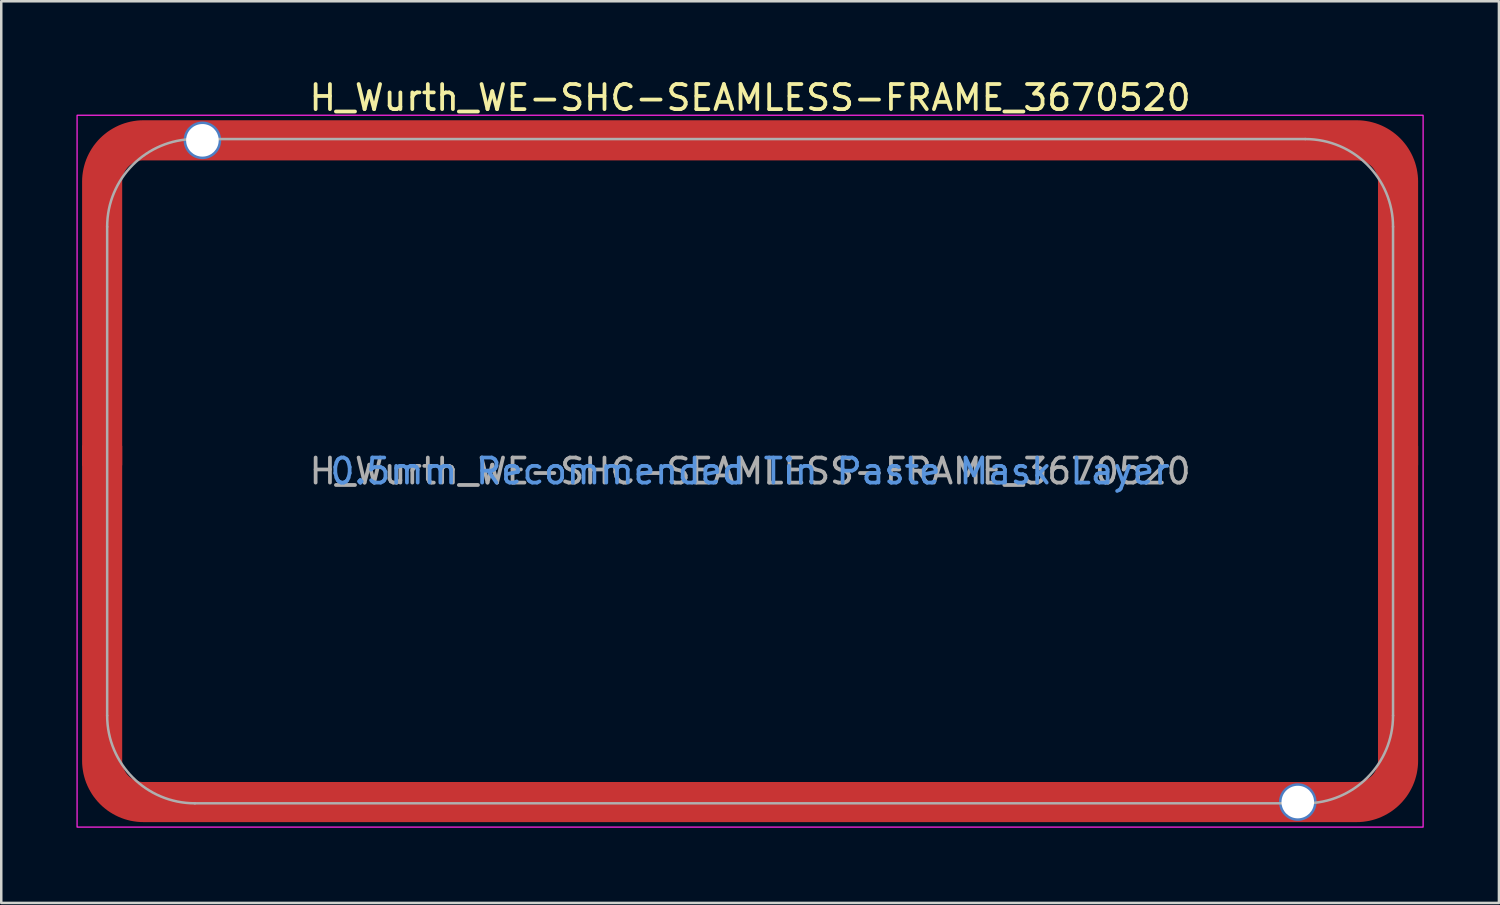
<source format=kicad_pcb>
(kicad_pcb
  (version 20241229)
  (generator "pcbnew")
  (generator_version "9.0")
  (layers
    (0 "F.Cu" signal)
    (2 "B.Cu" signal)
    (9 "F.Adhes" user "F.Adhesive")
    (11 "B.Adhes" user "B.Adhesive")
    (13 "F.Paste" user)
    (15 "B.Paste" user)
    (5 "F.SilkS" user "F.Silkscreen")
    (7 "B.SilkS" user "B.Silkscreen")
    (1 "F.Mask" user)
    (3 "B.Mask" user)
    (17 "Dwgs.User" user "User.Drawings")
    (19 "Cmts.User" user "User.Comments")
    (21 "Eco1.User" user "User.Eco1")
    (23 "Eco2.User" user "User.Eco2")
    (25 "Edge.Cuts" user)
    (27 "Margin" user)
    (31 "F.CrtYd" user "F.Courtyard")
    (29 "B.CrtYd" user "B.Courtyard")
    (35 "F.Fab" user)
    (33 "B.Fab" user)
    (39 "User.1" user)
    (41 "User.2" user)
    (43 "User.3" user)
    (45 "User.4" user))
  (footprint "H_Wurth_WE-SHC-SEAMLESS-FRAME_3670520"
    (layer "F.Cu")
    (at 26.875 15.748)
    (property "Reference" "H_Wurth_WE-SHC-SEAMLESS-FRAME_3670520" (at 0 -14.9 0) (unlocked yes) (layer "F.SilkS") (effects (font (size 1 1) (thickness 0.15))))
    (attr smd)
    (fp_poly (pts (xy -25.1 -0.25) (xy -26.6 -0.25) (xy -26.6 -11.55) (xy -26.597 -11.676) (xy -26.587 -11.801) (xy -26.57 -11.925) (xy -26.548 -12.049) (xy -26.518 -12.171) (xy -26.483 -12.292) (xy -26.441 -12.41) (xy -26.393 -12.526) (xy -26.338 -12.64) (xy -26.278 -12.75) (xy -26.213 -12.857) (xy -26.142 -12.961) (xy -26.065 -13.06) (xy -25.984 -13.156) (xy -25.897 -13.247) (xy -25.806 -13.334) (xy -25.71 -13.415) (xy -25.611 -13.492) (xy -25.507 -13.563) (xy -25.4 -13.628) (xy -25.29 -13.688) (xy -25.176 -13.743) (xy -25.06 -13.791) (xy -24.942 -13.833) (xy -24.821 -13.868) (xy -24.699 -13.898) (xy -24.575 -13.92) (xy -24.451 -13.937) (xy -24.326 -13.947) (xy -24.2 -13.95) (xy 24.2 -13.95) (xy 24.326 -13.947) (xy 24.451 -13.937) (xy 24.575 -13.92) (xy 24.699 -13.898) (xy 24.821 -13.868) (xy 24.942 -13.833) (xy 25.06 -13.791) (xy 25.176 -13.743) (xy 25.29 -13.688) (xy 25.4 -13.628) (xy 25.507 -13.563) (xy 25.611 -13.492) (xy 25.71 -13.415) (xy 25.806 -13.334) (xy 25.897 -13.247) (xy 25.984 -13.156) (xy 26.065 -13.06) (xy 26.142 -12.961) (xy 26.213 -12.857) (xy 26.278 -12.75) (xy 26.338 -12.64) (xy 26.393 -12.526) (xy 26.441 -12.41) (xy 26.483 -12.292) (xy 26.518 -12.171) (xy 26.548 -12.049) (xy 26.57 -11.925) (xy 26.587 -11.801) (xy 26.597 -11.676) (xy 26.6 -11.55) (xy 26.6 -0.25) (xy 25.1 -0.25) (xy 25.1 -11.55) (xy 25.099 -11.597) (xy 25.095 -11.644) (xy 25.089 -11.691) (xy 25.08 -11.737) (xy 25.069 -11.783) (xy 25.056 -11.828) (xy 25.04 -11.873) (xy 25.022 -11.916) (xy 25.002 -11.959) (xy 24.979 -12) (xy 24.955 -12.04) (xy 24.928 -12.079) (xy 24.899 -12.116) (xy 24.869 -12.152) (xy 24.836 -12.186) (xy 24.802 -12.219) (xy 24.766 -12.249) (xy 24.729 -12.278) (xy 24.69 -12.305) (xy 24.65 -12.329) (xy 24.609 -12.352) (xy 24.566 -12.372) (xy 24.523 -12.39) (xy 24.478 -12.406) (xy 24.433 -12.419) (xy 24.387 -12.43) (xy 24.341 -12.439) (xy 24.294 -12.445) (xy 24.247 -12.449) (xy 24.2 -12.45) (xy -24.2 -12.45) (xy -24.247 -12.449) (xy -24.294 -12.445) (xy -24.341 -12.439) (xy -24.387 -12.43) (xy -24.433 -12.419) (xy -24.478 -12.406) (xy -24.523 -12.39) (xy -24.566 -12.372) (xy -24.609 -12.352) (xy -24.65 -12.329) (xy -24.69 -12.305) (xy -24.729 -12.278) (xy -24.766 -12.249) (xy -24.802 -12.219) (xy -24.836 -12.186) (xy -24.869 -12.152) (xy -24.899 -12.116) (xy -24.928 -12.079) (xy -24.955 -12.04) (xy -24.979 -12) (xy -25.002 -11.959) (xy -25.022 -11.916) (xy -25.04 -11.873) (xy -25.056 -11.828) (xy -25.069 -11.783) (xy -25.08 -11.737) (xy -25.089 -11.691) (xy -25.095 -11.644) (xy -25.099 -11.597) (xy -25.1 -11.55) (xy -25.1 -0.25)) (stroke (width 0.1) (type solid)) (fill yes) (layer "F.Cu"))
    (fp_poly (pts (xy -25.1 -0.25) (xy -26.6 -0.25) (xy -26.6 -11.55) (xy -26.597 -11.676) (xy -26.587 -11.801) (xy -26.57 -11.925) (xy -26.548 -12.049) (xy -26.518 -12.171) (xy -26.483 -12.292) (xy -26.441 -12.41) (xy -26.393 -12.526) (xy -26.338 -12.64) (xy -26.278 -12.75) (xy -26.213 -12.857) (xy -26.142 -12.961) (xy -26.065 -13.06) (xy -25.984 -13.156) (xy -25.897 -13.247) (xy -25.806 -13.334) (xy -25.71 -13.415) (xy -25.611 -13.492) (xy -25.507 -13.563) (xy -25.4 -13.628) (xy -25.29 -13.688) (xy -25.176 -13.743) (xy -25.06 -13.791) (xy -24.942 -13.833) (xy -24.821 -13.868) (xy -24.699 -13.898) (xy -24.575 -13.92) (xy -24.451 -13.937) (xy -24.326 -13.947) (xy -24.2 -13.95) (xy 24.2 -13.95) (xy 24.326 -13.947) (xy 24.451 -13.937) (xy 24.575 -13.92) (xy 24.699 -13.898) (xy 24.821 -13.868) (xy 24.942 -13.833) (xy 25.06 -13.791) (xy 25.176 -13.743) (xy 25.29 -13.688) (xy 25.4 -13.628) (xy 25.507 -13.563) (xy 25.611 -13.492) (xy 25.71 -13.415) (xy 25.806 -13.334) (xy 25.897 -13.247) (xy 25.984 -13.156) (xy 26.065 -13.06) (xy 26.142 -12.961) (xy 26.213 -12.857) (xy 26.278 -12.75) (xy 26.338 -12.64) (xy 26.393 -12.526) (xy 26.441 -12.41) (xy 26.483 -12.292) (xy 26.518 -12.171) (xy 26.548 -12.049) (xy 26.57 -11.925) (xy 26.587 -11.801) (xy 26.597 -11.676) (xy 26.6 -11.55) (xy 26.6 -0.25) (xy 25.1 -0.25) (xy 25.1 -11.55) (xy 25.099 -11.597) (xy 25.095 -11.644) (xy 25.089 -11.691) (xy 25.08 -11.737) (xy 25.069 -11.783) (xy 25.056 -11.828) (xy 25.04 -11.873) (xy 25.022 -11.916) (xy 25.002 -11.959) (xy 24.979 -12) (xy 24.955 -12.04) (xy 24.928 -12.079) (xy 24.899 -12.116) (xy 24.869 -12.152) (xy 24.836 -12.186) (xy 24.802 -12.219) (xy 24.766 -12.249) (xy 24.729 -12.278) (xy 24.69 -12.305) (xy 24.65 -12.329) (xy 24.609 -12.352) (xy 24.566 -12.372) (xy 24.523 -12.39) (xy 24.478 -12.406) (xy 24.433 -12.419) (xy 24.387 -12.43) (xy 24.341 -12.439) (xy 24.294 -12.445) (xy 24.247 -12.449) (xy 24.2 -12.45) (xy -24.2 -12.45) (xy -24.247 -12.449) (xy -24.294 -12.445) (xy -24.341 -12.439) (xy -24.387 -12.43) (xy -24.433 -12.419) (xy -24.478 -12.406) (xy -24.523 -12.39) (xy -24.566 -12.372) (xy -24.609 -12.352) (xy -24.65 -12.329) (xy -24.69 -12.305) (xy -24.729 -12.278) (xy -24.766 -12.249) (xy -24.802 -12.219) (xy -24.836 -12.186) (xy -24.869 -12.152) (xy -24.899 -12.116) (xy -24.928 -12.079) (xy -24.955 -12.04) (xy -24.979 -12) (xy -25.002 -11.959) (xy -25.022 -11.916) (xy -25.04 -11.873) (xy -25.056 -11.828) (xy -25.069 -11.783) (xy -25.08 -11.737) (xy -25.089 -11.691) (xy -25.095 -11.644) (xy -25.099 -11.597) (xy -25.1 -11.55) (xy -25.1 -0.25)) (stroke (width 0.1) (type solid)) (fill yes) (layer "F.Mask"))
    (fp_poly (pts (xy -25.1 -0.25) (xy -26.6 -0.25) (xy -26.6 -11.55) (xy -26.597 -11.676) (xy -26.587 -11.801) (xy -26.57 -11.925) (xy -26.548 -12.049) (xy -26.518 -12.171) (xy -26.483 -12.292) (xy -26.441 -12.41) (xy -26.393 -12.526) (xy -26.338 -12.64) (xy -26.278 -12.75) (xy -26.213 -12.857) (xy -26.142 -12.961) (xy -26.065 -13.06) (xy -25.984 -13.156) (xy -25.897 -13.247) (xy -25.806 -13.334) (xy -25.71 -13.415) (xy -25.611 -13.492) (xy -25.507 -13.563) (xy -25.4 -13.628) (xy -25.29 -13.688) (xy -25.176 -13.743) (xy -25.06 -13.791) (xy -24.942 -13.833) (xy -24.821 -13.868) (xy -24.699 -13.898) (xy -24.575 -13.92) (xy -24.451 -13.937) (xy -24.326 -13.947) (xy -24.2 -13.95) (xy 24.2 -13.95) (xy 24.326 -13.947) (xy 24.451 -13.937) (xy 24.575 -13.92) (xy 24.699 -13.898) (xy 24.821 -13.868) (xy 24.942 -13.833) (xy 25.06 -13.791) (xy 25.176 -13.743) (xy 25.29 -13.688) (xy 25.4 -13.628) (xy 25.507 -13.563) (xy 25.611 -13.492) (xy 25.71 -13.415) (xy 25.806 -13.334) (xy 25.897 -13.247) (xy 25.984 -13.156) (xy 26.065 -13.06) (xy 26.142 -12.961) (xy 26.213 -12.857) (xy 26.278 -12.75) (xy 26.338 -12.64) (xy 26.393 -12.526) (xy 26.441 -12.41) (xy 26.483 -12.292) (xy 26.518 -12.171) (xy 26.548 -12.049) (xy 26.57 -11.925) (xy 26.587 -11.801) (xy 26.597 -11.676) (xy 26.6 -11.55) (xy 26.6 -0.25) (xy 25.1 -0.25) (xy 25.1 -11.55) (xy 25.099 -11.597) (xy 25.095 -11.644) (xy 25.089 -11.691) (xy 25.08 -11.737) (xy 25.069 -11.783) (xy 25.056 -11.828) (xy 25.04 -11.873) (xy 25.022 -11.916) (xy 25.002 -11.959) (xy 24.979 -12) (xy 24.955 -12.04) (xy 24.928 -12.079) (xy 24.899 -12.116) (xy 24.869 -12.152) (xy 24.836 -12.186) (xy 24.802 -12.219) (xy 24.766 -12.249) (xy 24.729 -12.278) (xy 24.69 -12.305) (xy 24.65 -12.329) (xy 24.609 -12.352) (xy 24.566 -12.372) (xy 24.523 -12.39) (xy 24.478 -12.406) (xy 24.433 -12.419) (xy 24.387 -12.43) (xy 24.341 -12.439) (xy 24.294 -12.445) (xy 24.247 -12.449) (xy 24.2 -12.45) (xy -24.2 -12.45) (xy -24.247 -12.449) (xy -24.294 -12.445) (xy -24.341 -12.439) (xy -24.387 -12.43) (xy -24.433 -12.419) (xy -24.478 -12.406) (xy -24.523 -12.39) (xy -24.566 -12.372) (xy -24.609 -12.352) (xy -24.65 -12.329) (xy -24.69 -12.305) (xy -24.729 -12.278) (xy -24.766 -12.249) (xy -24.802 -12.219) (xy -24.836 -12.186) (xy -24.869 -12.152) (xy -24.899 -12.116) (xy -24.928 -12.079) (xy -24.955 -12.04) (xy -24.979 -12) (xy -25.002 -11.959) (xy -25.022 -11.916) (xy -25.04 -11.873) (xy -25.056 -11.828) (xy -25.069 -11.783) (xy -25.08 -11.737) (xy -25.089 -11.691) (xy -25.095 -11.644) (xy -25.099 -11.597) (xy -25.1 -11.55) (xy -25.1 -0.25)) (stroke (width 0.1) (type solid)) (fill yes) (layer "F.Paste"))
    (fp_rect (start -26.85 -14.2) (end 26.85 14.2) (stroke (width 0.05) (type solid)) (fill no) (layer "F.CrtYd"))
    (fp_line (start -25.65 9.75) (end -25.65 -9.75) (stroke (width 0.1) (type solid)) (layer "F.Fab"))
    (fp_line (start -22.15 -13.25) (end 22.15 -13.25) (stroke (width 0.1) (type solid)) (layer "F.Fab"))
    (fp_line (start -22.15 13.25) (end 22.15 13.25) (stroke (width 0.1) (type solid)) (layer "F.Fab"))
    (fp_line (start 25.65 9.75) (end 25.65 -9.75) (stroke (width 0.1) (type solid)) (layer "F.Fab"))
    (fp_arc (start -25.65 -9.75) (mid -24.624874 -12.224873) (end -22.15 -13.25) (stroke (width 0.1) (type default)) (layer "F.Fab"))
    (fp_arc (start -22.15 13.25) (mid -24.624873 12.224874) (end -25.65 9.75) (stroke (width 0.1) (type default)) (layer "F.Fab"))
    (fp_arc (start 22.15 -13.25) (mid 24.624873 -12.224874) (end 25.65 -9.75) (stroke (width 0.1) (type default)) (layer "F.Fab"))
    (fp_arc (start 25.65 9.75) (mid 24.624874 12.224873) (end 22.15 13.25) (stroke (width 0.1) (type default)) (layer "F.Fab"))
    (fp_text user "0.5mm Recommended Tin Paste Mask Layer" (at 0 0 0) (unlocked yes) (layer "Cmts.User") (effects (font (size 1 1) (thickness 0.15))))
    (fp_text user "${REFERENCE}" (at 0 0 0) (unlocked yes) (layer "F.Fab") (effects (font (size 1 1) (thickness 0.15))))
    (pad "1" thru_hole circle (at -21.85 -13.2) (size 1.5 1.5) (drill 1.3) (layers "*.Cu" "*.Mask"))
    (pad "1" thru_hole circle (at 21.85 13.2) (size 1.5 1.5) (drill 1.3) (layers "*.Cu" "*.Mask"))
    (pad "1" smd custom (at 25.85 0) (size 1.5 23.1) (layers "F.Cu" "F.Mask" "F.Paste") (options (anchor rect)) (primitives (gr_poly (pts (xy -0.75 -1) (xy 0.75 -1) (xy 0.75 11.55) (xy 0.747 11.676) (xy 0.737 11.801) (xy 0.72 11.925) (xy 0.698 12.049) (xy 0.668 12.171) (xy 0.633 12.292) (xy 0.591 12.41) (xy 0.543 12.526) (xy 0.488 12.64) (xy 0.428 12.75) (xy 0.363 12.857) (xy 0.292 12.961) (xy 0.215 13.06) (xy 0.134 13.156) (xy 0.047 13.247) (xy -0.044 13.334) (xy -0.14 13.415) (xy -0.239 13.492) (xy -0.343 13.563) (xy -0.45 13.628) (xy -0.56 13.688) (xy -0.674 13.743) (xy -0.79 13.791) (xy -0.908 13.833) (xy -1.029 13.868) (xy -1.151 13.898) (xy -1.275 13.92) (xy -1.399 13.937) (xy -1.524 13.947) (xy -1.65 13.95) (xy -50.05 13.95) (xy -50.176 13.947) (xy -50.301 13.937) (xy -50.425 13.92) (xy -50.549 13.898) (xy -50.671 13.868) (xy -50.792 13.833) (xy -50.91 13.791) (xy -51.026 13.743) (xy -51.14 13.688) (xy -51.25 13.628) (xy -51.357 13.563) (xy -51.461 13.492) (xy -51.56 13.415) (xy -51.656 13.334) (xy -51.747 13.247) (xy -51.834 13.156) (xy -51.915 13.06) (xy -51.992 12.961) (xy -52.063 12.857) (xy -52.128 12.75) (xy -52.188 12.64) (xy -52.243 12.526) (xy -52.291 12.41) (xy -52.333 12.292) (xy -52.368 12.171) (xy -52.398 12.049) (xy -52.42 11.925) (xy -52.437 11.801) (xy -52.447 11.676) (xy -52.45 11.55) (xy -52.45 -1) (xy -50.95 -1) (xy -50.95 11.55) (xy -50.949 11.597) (xy -50.945 11.644) (xy -50.939 11.691) (xy -50.93 11.737) (xy -50.919 11.783) (xy -50.906 11.828) (xy -50.89 11.873) (xy -50.872 11.916) (xy -50.852 11.959) (xy -50.829 12) (xy -50.805 12.04) (xy -50.778 12.079) (xy -50.749 12.116) (xy -50.719 12.152) (xy -50.686 12.186) (xy -50.652 12.219) (xy -50.616 12.249) (xy -50.579 12.278) (xy -50.54 12.305) (xy -50.5 12.329) (xy -50.459 12.352) (xy -50.416 12.372) (xy -50.373 12.39) (xy -50.328 12.406) (xy -50.283 12.419) (xy -50.237 12.43) (xy -50.191 12.439) (xy -50.144 12.445) (xy -50.097 12.449) (xy -50.05 12.45) (xy -1.65 12.45) (xy -1.603 12.449) (xy -1.556 12.445) (xy -1.509 12.439) (xy -1.463 12.43) (xy -1.417 12.419) (xy -1.372 12.406) (xy -1.327 12.39) (xy -1.284 12.372) (xy -1.241 12.352) (xy -1.2 12.329) (xy -1.16 12.305) (xy -1.121 12.278) (xy -1.084 12.249) (xy -1.048 12.219) (xy -1.014 12.186) (xy -0.981 12.152) (xy -0.951 12.116) (xy -0.922 12.079) (xy -0.895 12.04) (xy -0.871 12) (xy -0.848 11.959) (xy -0.828 11.916) (xy -0.81 11.873) (xy -0.794 11.828) (xy -0.781 11.783) (xy -0.77 11.737) (xy -0.761 11.691) (xy -0.755 11.644) (xy -0.751 11.597) (xy -0.75 11.55) (xy -0.75 -1)) (width 0.1) (fill yes)))))
  (gr_rect
    (start -3 -3)
    (end 56.75 32.973)
    (stroke (width 0.1) (type default))
    (fill no)
    (layer "Edge.Cuts")))
</source>
